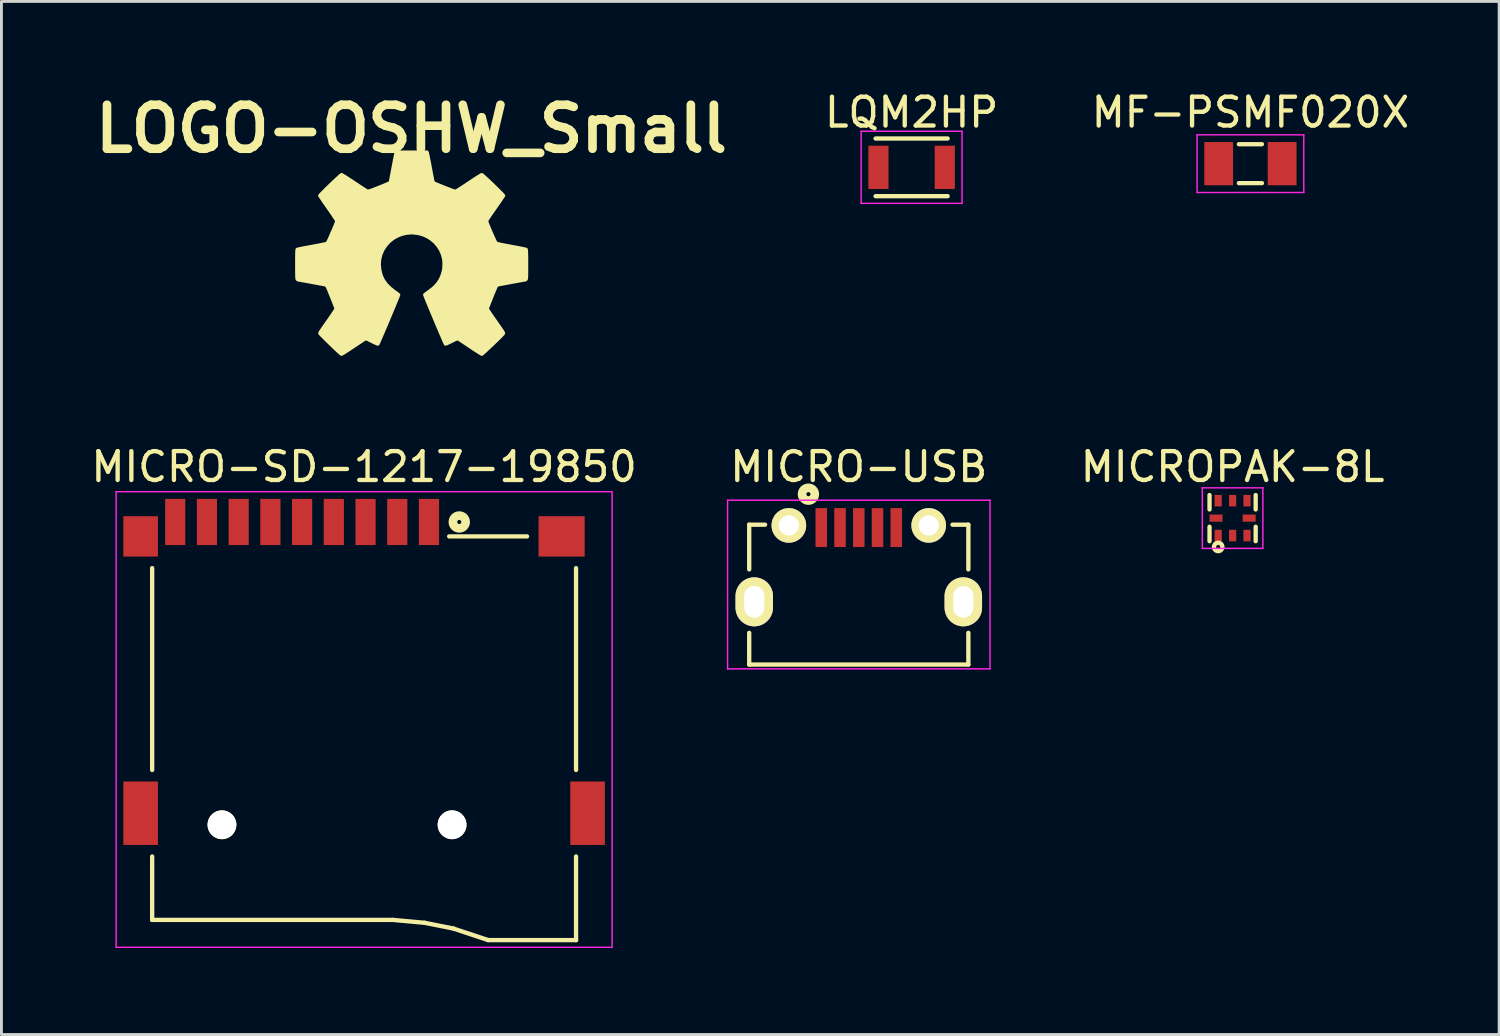
<source format=kicad_pcb>
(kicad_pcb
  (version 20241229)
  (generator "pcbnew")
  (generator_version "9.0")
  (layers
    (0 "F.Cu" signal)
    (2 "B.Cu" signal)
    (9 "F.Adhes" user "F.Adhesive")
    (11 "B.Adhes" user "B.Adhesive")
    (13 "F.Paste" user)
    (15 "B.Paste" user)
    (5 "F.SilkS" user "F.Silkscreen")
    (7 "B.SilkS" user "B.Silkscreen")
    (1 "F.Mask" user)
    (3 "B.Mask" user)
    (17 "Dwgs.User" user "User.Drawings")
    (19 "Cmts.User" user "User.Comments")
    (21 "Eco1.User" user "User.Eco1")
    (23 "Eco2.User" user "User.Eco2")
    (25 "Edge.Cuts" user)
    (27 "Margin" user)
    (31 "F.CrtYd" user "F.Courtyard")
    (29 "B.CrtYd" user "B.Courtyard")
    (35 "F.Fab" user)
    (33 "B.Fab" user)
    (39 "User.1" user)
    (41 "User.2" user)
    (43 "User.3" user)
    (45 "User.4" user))
  (footprint "LQM2HP"
    (layer "F.Cu")
    (at 28.564 2.753)
    (property "Reference" "LQM2HP" (at 0 -1.905 0) (layer "F.SilkS") (effects (font (size 1 1) (thickness 0.15))))
    (attr through_hole)
    (fp_line (start -1.25 -1) (end 1.25 -1) (stroke (width 0.15) (type solid)) (layer "F.SilkS"))
    (fp_line (start -1.25 1) (end 1.25 1) (stroke (width 0.15) (type solid)) (layer "F.SilkS"))
    (fp_line (start -1.75 -1.25) (end -1.75 1.25) (stroke (width 0.05) (type solid)) (layer "F.CrtYd"))
    (fp_line (start 1.75 -1.25) (end -1.75 -1.25) (stroke (width 0.05) (type solid)) (layer "F.CrtYd"))
    (fp_line (start 1.75 -1.25) (end 1.75 1.25) (stroke (width 0.05) (type solid)) (layer "F.CrtYd"))
    (fp_line (start 1.75 1.25) (end -1.75 1.25) (stroke (width 0.05) (type solid)) (layer "F.CrtYd"))
    (pad "1" smd rect (at -1.15 0) (size 0.7 1.5) (layers "F.Cu" "F.Mask" "F.Paste"))
    (pad "2" smd rect (at 1.15 0) (size 0.7 1.5) (layers "F.Cu" "F.Mask" "F.Paste")))
  (footprint "LOGO-OSHW_Small"
    (layer "F.Cu")
    (at 11.22 5.736)
    (property "Reference" "LOGO-OSHW_Small" (at 0 -4.318 0) (layer "F.SilkS") (effects (font (size 1.524 1.524) (thickness 0.3))))
    (attr through_hole)
    (fp_poly (pts (xy 3.999 0.378) (xy 3.999 0.509) (xy 3.999 0.616) (xy 3.998 0.701) (xy 3.997 0.768) (xy 3.995 0.818) (xy 3.992 0.854) (xy 3.989 0.879) (xy 3.985 0.895) (xy 3.979 0.904) (xy 3.978 0.905) (xy 3.958 0.922) (xy 3.949 0.926) (xy 3.933 0.928) (xy 3.894 0.935) (xy 3.835 0.945) (xy 3.762 0.959) (xy 3.677 0.974) (xy 3.584 0.991) (xy 3.487 1.009) (xy 3.39 1.027) (xy 3.296 1.044) (xy 3.21 1.06) (xy 3.134 1.075) (xy 3.073 1.086) (xy 3.031 1.095) (xy 3.011 1.099) (xy 2.968 1.118) (xy 2.941 1.154) (xy 2.941 1.154) (xy 2.926 1.189) (xy 2.904 1.24) (xy 2.876 1.306) (xy 2.845 1.382) (xy 2.811 1.465) (xy 2.776 1.551) (xy 2.743 1.635) (xy 2.711 1.715) (xy 2.683 1.787) (xy 2.66 1.847) (xy 2.644 1.891) (xy 2.635 1.916) (xy 2.635 1.919) (xy 2.642 1.935) (xy 2.663 1.969) (xy 2.696 2.021) (xy 2.739 2.086) (xy 2.791 2.162) (xy 2.849 2.246) (xy 2.903 2.323) (xy 2.979 2.432) (xy 3.041 2.521) (xy 3.091 2.592) (xy 3.129 2.648) (xy 3.157 2.691) (xy 3.177 2.722) (xy 3.189 2.745) (xy 3.195 2.76) (xy 3.197 2.771) (xy 3.195 2.779) (xy 3.191 2.787) (xy 3.19 2.788) (xy 3.175 2.806) (xy 3.144 2.84) (xy 3.1 2.886) (xy 3.044 2.941) (xy 2.979 3.005) (xy 2.909 3.073) (xy 2.836 3.144) (xy 2.761 3.215) (xy 2.689 3.283) (xy 2.621 3.347) (xy 2.56 3.403) (xy 2.509 3.449) (xy 2.47 3.483) (xy 2.446 3.502) (xy 2.44 3.506) (xy 2.423 3.498) (xy 2.387 3.478) (xy 2.334 3.445) (xy 2.268 3.403) (xy 2.19 3.353) (xy 2.104 3.296) (xy 2.035 3.25) (xy 1.944 3.189) (xy 1.859 3.132) (xy 1.782 3.081) (xy 1.717 3.038) (xy 1.667 3.005) (xy 1.634 2.984) (xy 1.622 2.977) (xy 1.609 2.972) (xy 1.592 2.971) (xy 1.57 2.977) (xy 1.537 2.99) (xy 1.489 3.012) (xy 1.424 3.044) (xy 1.388 3.062) (xy 1.307 3.102) (xy 1.243 3.131) (xy 1.199 3.148) (xy 1.176 3.153) (xy 1.173 3.152) (xy 1.165 3.137) (xy 1.148 3.1) (xy 1.123 3.044) (xy 1.091 2.971) (xy 1.053 2.882) (xy 1.01 2.782) (xy 0.963 2.672) (xy 0.913 2.554) (xy 0.861 2.431) (xy 0.808 2.306) (xy 0.756 2.18) (xy 0.704 2.057) (xy 0.654 1.938) (xy 0.608 1.826) (xy 0.566 1.723) (xy 0.528 1.633) (xy 0.497 1.556) (xy 0.473 1.496) (xy 0.458 1.455) (xy 0.451 1.436) (xy 0.451 1.434) (xy 0.464 1.421) (xy 0.494 1.397) (xy 0.537 1.365) (xy 0.585 1.331) (xy 0.721 1.229) (xy 0.832 1.126) (xy 0.922 1.019) (xy 0.995 0.903) (xy 1.052 0.774) (xy 1.096 0.635) (xy 1.111 0.556) (xy 1.12 0.461) (xy 1.122 0.36) (xy 1.118 0.264) (xy 1.108 0.185) (xy 1.064 0.023) (xy 0.996 -0.127) (xy 0.908 -0.263) (xy 0.801 -0.385) (xy 0.677 -0.49) (xy 0.539 -0.576) (xy 0.389 -0.641) (xy 0.228 -0.685) (xy 0.059 -0.705) (xy 0.007 -0.707) (xy -0.165 -0.694) (xy -0.33 -0.656) (xy -0.486 -0.596) (xy -0.63 -0.514) (xy -0.76 -0.411) (xy -0.873 -0.29) (xy -0.968 -0.151) (xy -0.996 -0.099) (xy -1.061 0.057) (xy -1.099 0.218) (xy -1.111 0.385) (xy -1.097 0.554) (xy -1.057 0.726) (xy -1.027 0.81) (xy -0.965 0.935) (xy -0.877 1.058) (xy -0.764 1.177) (xy -0.627 1.291) (xy -0.572 1.331) (xy -0.521 1.367) (xy -0.478 1.399) (xy -0.449 1.423) (xy -0.438 1.434) (xy -0.442 1.448) (xy -0.455 1.485) (xy -0.477 1.54) (xy -0.507 1.613) (xy -0.543 1.701) (xy -0.584 1.801) (xy -0.629 1.911) (xy -0.678 2.028) (xy -0.73 2.151) (xy -0.782 2.276) (xy -0.835 2.402) (xy -0.887 2.525) (xy -0.938 2.644) (xy -0.986 2.757) (xy -1.03 2.86) (xy -1.069 2.951) (xy -1.103 3.028) (xy -1.129 3.088) (xy -1.149 3.13) (xy -1.159 3.15) (xy -1.16 3.152) (xy -1.177 3.151) (xy -1.215 3.137) (xy -1.274 3.111) (xy -1.351 3.074) (xy -1.374 3.062) (xy -1.449 3.025) (xy -1.504 2.998) (xy -1.543 2.981) (xy -1.57 2.973) (xy -1.588 2.971) (xy -1.603 2.974) (xy -1.609 2.977) (xy -1.628 2.989) (xy -1.666 3.013) (xy -1.72 3.049) (xy -1.788 3.094) (xy -1.868 3.147) (xy -1.955 3.205) (xy -2.022 3.25) (xy -2.112 3.31) (xy -2.196 3.366) (xy -2.272 3.414) (xy -2.335 3.454) (xy -2.384 3.484) (xy -2.416 3.502) (xy -2.426 3.506) (xy -2.442 3.497) (xy -2.474 3.47) (xy -2.522 3.429) (xy -2.582 3.373) (xy -2.654 3.306) (xy -2.735 3.229) (xy -2.807 3.158) (xy -2.888 3.079) (xy -2.964 3.005) (xy -3.031 2.938) (xy -3.088 2.88) (xy -3.133 2.835) (xy -3.163 2.803) (xy -3.176 2.788) (xy -3.176 2.788) (xy -3.181 2.78) (xy -3.183 2.772) (xy -3.182 2.762) (xy -3.177 2.748) (xy -3.166 2.727) (xy -3.147 2.697) (xy -3.12 2.656) (xy -3.084 2.602) (xy -3.036 2.533) (xy -2.976 2.447) (xy -2.902 2.342) (xy -2.889 2.323) (xy -2.827 2.234) (xy -2.769 2.15) (xy -2.719 2.075) (xy -2.677 2.012) (xy -2.646 1.963) (xy -2.627 1.931) (xy -2.621 1.919) (xy -2.626 1.903) (xy -2.639 1.866) (xy -2.66 1.811) (xy -2.686 1.744) (xy -2.717 1.666) (xy -2.75 1.583) (xy -2.784 1.497) (xy -2.819 1.413) (xy -2.851 1.334) (xy -2.88 1.264) (xy -2.905 1.206) (xy -2.923 1.165) (xy -2.928 1.154) (xy -2.955 1.118) (xy -2.997 1.099) (xy -2.997 1.099) (xy -3.019 1.094) (xy -3.063 1.086) (xy -3.125 1.074) (xy -3.202 1.059) (xy -3.289 1.043) (xy -3.383 1.026) (xy -3.48 1.008) (xy -3.577 0.99) (xy -3.669 0.973) (xy -3.754 0.958) (xy -3.826 0.945) (xy -3.883 0.935) (xy -3.921 0.928) (xy -3.936 0.926) (xy -3.95 0.918) (xy -3.964 0.905) (xy -3.97 0.897) (xy -3.974 0.883) (xy -3.978 0.861) (xy -3.981 0.828) (xy -3.983 0.781) (xy -3.984 0.719) (xy -3.985 0.638) (xy -3.985 0.537) (xy -3.986 0.412) (xy -3.986 0.378) (xy -3.985 0.243) (xy -3.985 0.132) (xy -3.984 0.044) (xy -3.982 -0.025) (xy -3.98 -0.076) (xy -3.977 -0.111) (xy -3.973 -0.132) (xy -3.969 -0.143) (xy -3.968 -0.143) (xy -3.951 -0.149) (xy -3.911 -0.159) (xy -3.85 -0.172) (xy -3.772 -0.188) (xy -3.679 -0.206) (xy -3.576 -0.225) (xy -3.471 -0.244) (xy -3.359 -0.265) (xy -3.254 -0.285) (xy -3.16 -0.303) (xy -3.079 -0.32) (xy -3.015 -0.333) (xy -2.971 -0.343) (xy -2.951 -0.349) (xy -2.939 -0.356) (xy -2.926 -0.368) (xy -2.913 -0.386) (xy -2.896 -0.414) (xy -2.876 -0.455) (xy -2.85 -0.51) (xy -2.817 -0.584) (xy -2.776 -0.677) (xy -2.751 -0.736) (xy -2.704 -0.843) (xy -2.668 -0.929) (xy -2.641 -0.996) (xy -2.621 -1.047) (xy -2.609 -1.084) (xy -2.603 -1.11) (xy -2.601 -1.128) (xy -2.604 -1.138) (xy -2.614 -1.156) (xy -2.638 -1.193) (xy -2.674 -1.247) (xy -2.719 -1.315) (xy -2.773 -1.393) (xy -2.834 -1.481) (xy -2.899 -1.574) (xy -2.902 -1.579) (xy -2.967 -1.672) (xy -3.027 -1.758) (xy -3.079 -1.835) (xy -3.123 -1.9) (xy -3.157 -1.951) (xy -3.18 -1.986) (xy -3.188 -2.002) (xy -3.189 -2.002) (xy -3.179 -2.016) (xy -3.153 -2.046) (xy -3.112 -2.089) (xy -3.059 -2.143) (xy -2.997 -2.206) (xy -2.928 -2.274) (xy -2.855 -2.345) (xy -2.78 -2.417) (xy -2.706 -2.488) (xy -2.635 -2.554) (xy -2.571 -2.614) (xy -2.515 -2.665) (xy -2.471 -2.704) (xy -2.44 -2.73) (xy -2.425 -2.738) (xy -2.408 -2.731) (xy -2.372 -2.71) (xy -2.318 -2.678) (xy -2.25 -2.635) (xy -2.171 -2.583) (xy -2.082 -2.525) (xy -1.987 -2.462) (xy -1.972 -2.452) (xy -1.876 -2.388) (xy -1.786 -2.328) (xy -1.705 -2.275) (xy -1.635 -2.23) (xy -1.578 -2.194) (xy -1.539 -2.17) (xy -1.518 -2.16) (xy -1.517 -2.16) (xy -1.496 -2.163) (xy -1.452 -2.176) (xy -1.388 -2.197) (xy -1.308 -2.227) (xy -1.212 -2.264) (xy -1.166 -2.283) (xy -1.052 -2.328) (xy -0.961 -2.365) (xy -0.889 -2.395) (xy -0.835 -2.419) (xy -0.796 -2.437) (xy -0.769 -2.451) (xy -0.753 -2.463) (xy -0.743 -2.473) (xy -0.738 -2.483) (xy -0.738 -2.484) (xy -0.734 -2.502) (xy -0.726 -2.543) (xy -0.714 -2.603) (xy -0.699 -2.681) (xy -0.682 -2.773) (xy -0.662 -2.875) (xy -0.642 -2.983) (xy -0.621 -3.093) (xy -0.602 -3.196) (xy -0.583 -3.288) (xy -0.568 -3.367) (xy -0.555 -3.428) (xy -0.545 -3.47) (xy -0.54 -3.489) (xy -0.527 -3.519) (xy 0.007 -3.519) (xy 0.541 -3.519) (xy 0.554 -3.489) (xy 0.559 -3.47) (xy 0.569 -3.427) (xy 0.582 -3.365) (xy 0.597 -3.286) (xy 0.616 -3.194) (xy 0.635 -3.091) (xy 0.656 -2.983) (xy 0.676 -2.874) (xy 0.695 -2.772) (xy 0.713 -2.68) (xy 0.728 -2.603) (xy 0.74 -2.542) (xy 0.748 -2.501) (xy 0.752 -2.484) (xy 0.767 -2.463) (xy 0.798 -2.441) (xy 0.808 -2.436) (xy 0.845 -2.419) (xy 0.899 -2.396) (xy 0.967 -2.368) (xy 1.044 -2.337) (xy 1.126 -2.304) (xy 1.21 -2.271) (xy 1.292 -2.239) (xy 1.367 -2.211) (xy 1.431 -2.187) (xy 1.481 -2.169) (xy 1.513 -2.158) (xy 1.521 -2.157) (xy 1.538 -2.164) (xy 1.574 -2.185) (xy 1.627 -2.217) (xy 1.695 -2.26) (xy 1.774 -2.312) (xy 1.863 -2.37) (xy 1.959 -2.434) (xy 1.979 -2.448) (xy 2.076 -2.512) (xy 2.166 -2.572) (xy 2.248 -2.625) (xy 2.319 -2.67) (xy 2.376 -2.705) (xy 2.416 -2.728) (xy 2.437 -2.738) (xy 2.439 -2.738) (xy 2.454 -2.729) (xy 2.485 -2.704) (xy 2.529 -2.664) (xy 2.585 -2.613) (xy 2.65 -2.553) (xy 2.72 -2.487) (xy 2.794 -2.416) (xy 2.869 -2.344) (xy 2.942 -2.273) (xy 3.011 -2.205) (xy 3.073 -2.143) (xy 3.126 -2.089) (xy 3.167 -2.046) (xy 3.193 -2.016) (xy 3.202 -2.002) (xy 3.195 -1.988) (xy 3.174 -1.955) (xy 3.14 -1.905) (xy 3.097 -1.841) (xy 3.045 -1.765) (xy 2.986 -1.68) (xy 2.922 -1.588) (xy 2.916 -1.579) (xy 2.851 -1.486) (xy 2.79 -1.398) (xy 2.736 -1.319) (xy 2.689 -1.25) (xy 2.653 -1.196) (xy 2.628 -1.157) (xy 2.617 -1.138) (xy 2.617 -1.138) (xy 2.615 -1.125) (xy 2.617 -1.106) (xy 2.624 -1.078) (xy 2.638 -1.039) (xy 2.658 -0.985) (xy 2.687 -0.915) (xy 2.725 -0.826) (xy 2.764 -0.736) (xy 2.81 -0.631) (xy 2.847 -0.547) (xy 2.876 -0.482) (xy 2.9 -0.434) (xy 2.918 -0.4) (xy 2.933 -0.376) (xy 2.946 -0.362) (xy 2.958 -0.353) (xy 2.965 -0.349) (xy 2.988 -0.343) (xy 3.033 -0.332) (xy 3.099 -0.318) (xy 3.182 -0.302) (xy 3.277 -0.283) (xy 3.383 -0.263) (xy 3.485 -0.244) (xy 3.596 -0.224) (xy 3.698 -0.205) (xy 3.79 -0.187) (xy 3.867 -0.171) (xy 3.927 -0.158) (xy 3.966 -0.149) (xy 3.982 -0.143) (xy 3.986 -0.134) (xy 3.99 -0.114) (xy 3.993 -0.081) (xy 3.995 -0.033) (xy 3.997 0.033) (xy 3.998 0.119) (xy 3.999 0.226) (xy 3.999 0.358) (xy 3.999 0.378)) (stroke (width 0.1) (type solid)) (fill yes) (layer "F.SilkS")))
  (footprint "MICRO-USB"
    (layer "F.Cu")
    (at 26.732 16.696)
    (property "Reference" "MICRO-USB" (at 0 -3.556 0) (layer "F.SilkS") (effects (font (size 1 1) (thickness 0.15))))
    (attr through_hole)
    (fp_line (start -3.8 -1.55) (end -3.25 -1.55) (stroke (width 0.15) (type solid)) (layer "F.SilkS"))
    (fp_line (start -3.8 0) (end -3.8 -1.55) (stroke (width 0.15) (type solid)) (layer "F.SilkS"))
    (fp_line (start -3.8 3.3) (end -3.8 2.2) (stroke (width 0.15) (type solid)) (layer "F.SilkS"))
    (fp_line (start -3.8 3.3) (end 3.8 3.3) (stroke (width 0.15) (type solid)) (layer "F.SilkS"))
    (fp_line (start 3.8 -1.55) (end 3.25 -1.55) (stroke (width 0.15) (type solid)) (layer "F.SilkS"))
    (fp_line (start 3.8 0) (end 3.8 -1.55) (stroke (width 0.15) (type solid)) (layer "F.SilkS"))
    (fp_line (start 3.8 2.2) (end 3.8 3.3) (stroke (width 0.15) (type solid)) (layer "F.SilkS"))
    (fp_circle (center -1.746 -2.608) (end -1.796 -2.658) (stroke (width 0.3) (type solid)) (fill no) (layer "F.SilkS"))
    (fp_line (start -4.55 -2.4) (end -4.55 3.45) (stroke (width 0.05) (type solid)) (layer "F.CrtYd"))
    (fp_line (start -4.55 3.45) (end 4.55 3.45) (stroke (width 0.05) (type solid)) (layer "F.CrtYd"))
    (fp_line (start 4.55 -2.4) (end -4.55 -2.4) (stroke (width 0.05) (type solid)) (layer "F.CrtYd"))
    (fp_line (start 4.55 3.45) (end 4.55 -2.4) (stroke (width 0.05) (type solid)) (layer "F.CrtYd"))
    (pad "1" smd rect (at -1.3 -1.45) (size 0.4 1.35) (layers "F.Cu" "F.Mask" "F.Paste"))
    (pad "2" smd rect (at -0.65 -1.45) (size 0.4 1.35) (layers "F.Cu" "F.Mask" "F.Paste"))
    (pad "3" smd rect (at 0 -1.45) (size 0.4 1.35) (layers "F.Cu" "F.Mask" "F.Paste"))
    (pad "4" smd rect (at 0.65 -1.45) (size 0.4 1.35) (layers "F.Cu" "F.Mask" "F.Paste"))
    (pad "5" smd rect (at 1.3 -1.45) (size 0.4 1.35) (layers "F.Cu" "F.Mask" "F.Paste"))
    (pad "6" thru_hole circle (at -2.425 -1.525) (size 1.2 1.2) (drill 0.7) (layers "*.Cu" "*.Mask" "F.SilkS"))
    (pad "7" thru_hole circle (at 2.425 -1.525) (size 1.2 1.2) (drill 0.7) (layers "*.Cu" "*.Mask" "F.SilkS"))
    (pad "8" thru_hole oval (at -3.625 1.125) (size 1.3 1.7) (drill oval 0.7 1.1) (layers "*.Cu" "*.Mask" "F.SilkS"))
    (pad "9" thru_hole oval (at 3.625 1.125) (size 1.3 1.7) (drill oval 0.7 1.1) (layers "*.Cu" "*.Mask" "F.SilkS")))
  (footprint "MICROPAK-8L"
    (layer "F.Cu")
    (at 39.696 14.918)
    (property "Reference" "MICROPAK-8L" (at 0 -1.778 0) (layer "F.SilkS") (effects (font (size 1 1) (thickness 0.15))))
    (attr through_hole)
    (fp_line (start -0.8 -0.8) (end -0.8 -0.3) (stroke (width 0.15) (type solid)) (layer "F.SilkS"))
    (fp_line (start -0.8 0.3) (end -0.8 0.8) (stroke (width 0.15) (type solid)) (layer "F.SilkS"))
    (fp_line (start 0.8 -0.8) (end 0.8 -0.3) (stroke (width 0.15) (type solid)) (layer "F.SilkS"))
    (fp_line (start 0.8 0.3) (end 0.8 0.8) (stroke (width 0.15) (type solid)) (layer "F.SilkS"))
    (fp_circle (center -0.5 1) (end -0.55 1.05) (stroke (width 0.15) (type solid)) (fill no) (layer "F.SilkS"))
    (fp_line (start -1.05 -1.05) (end -1.05 1.05) (stroke (width 0.05) (type solid)) (layer "F.CrtYd"))
    (fp_line (start -1.05 1.05) (end 1.05 1.05) (stroke (width 0.05) (type solid)) (layer "F.CrtYd"))
    (fp_line (start 1.05 -1.05) (end -1.05 -1.05) (stroke (width 0.05) (type solid)) (layer "F.CrtYd"))
    (fp_line (start 1.05 1.05) (end 1.05 -1.05) (stroke (width 0.05) (type solid)) (layer "F.CrtYd"))
    (pad "1" smd rect (at -0.5 0.605) (size 0.25 0.4) (layers "F.Cu" "F.Mask" "F.Paste"))
    (pad "2" smd rect (at 0 0.605) (size 0.25 0.4) (layers "F.Cu" "F.Mask" "F.Paste"))
    (pad "3" smd rect (at 0.5 0.605) (size 0.25 0.4) (layers "F.Cu" "F.Mask" "F.Paste"))
    (pad "4" smd rect (at 0.575 0 90) (size 0.25 0.45) (layers "F.Cu" "F.Mask" "F.Paste"))
    (pad "5" smd rect (at 0.5 -0.605) (size 0.25 0.4) (layers "F.Cu" "F.Mask" "F.Paste"))
    (pad "6" smd rect (at 0 -0.605) (size 0.25 0.4) (layers "F.Cu" "F.Mask" "F.Paste"))
    (pad "7" smd rect (at -0.5 -0.605) (size 0.25 0.4) (layers "F.Cu" "F.Mask" "F.Paste"))
    (pad "8" smd rect (at -0.575 0 90) (size 0.25 0.45) (layers "F.Cu" "F.Mask" "F.Paste")))
  (footprint "MF-PSMF020X"
    (layer "F.Cu")
    (at 40.314 2.626)
    (property "Reference" "MF-PSMF020X" (at 0 -1.778 0) (layer "F.SilkS") (effects (font (size 1 1) (thickness 0.15))))
    (attr through_hole)
    (fp_line (start -0.4 -0.675) (end 0.4 -0.675) (stroke (width 0.15) (type solid)) (layer "F.SilkS"))
    (fp_line (start -0.4 0.675) (end 0.4 0.675) (stroke (width 0.15) (type solid)) (layer "F.SilkS"))
    (fp_line (start -1.85 -1) (end 1.85 -1) (stroke (width 0.05) (type solid)) (layer "F.CrtYd"))
    (fp_line (start -1.85 1) (end -1.85 -1) (stroke (width 0.05) (type solid)) (layer "F.CrtYd"))
    (fp_line (start 1.85 -1) (end 1.85 1) (stroke (width 0.05) (type solid)) (layer "F.CrtYd"))
    (fp_line (start 1.85 1) (end -1.85 1) (stroke (width 0.05) (type solid)) (layer "F.CrtYd"))
    (pad "1" smd rect (at -1.1 0) (size 1 1.5) (layers "F.Cu" "F.Mask" "F.Paste"))
    (pad "2" smd rect (at 1.1 0) (size 1 1.5) (layers "F.Cu" "F.Mask" "F.Paste")))
  (footprint "MICRO-SD-1217-19850"
    (layer "F.Cu")
    (at 9.577 20.252)
    (property "Reference" "MICRO-SD-1217-19850" (at 0 -7.112 0) (layer "F.SilkS") (effects (font (size 1 1) (thickness 0.15))))
    (attr through_hole)
    (fp_line (start -7.35 -3.6) (end -7.35 3.4) (stroke (width 0.15) (type solid)) (layer "F.SilkS"))
    (fp_line (start -7.35 6.4) (end -7.35 8.6) (stroke (width 0.15) (type solid)) (layer "F.SilkS"))
    (fp_line (start -7.35 8.6) (end 1 8.6) (stroke (width 0.15) (type solid)) (layer "F.SilkS"))
    (fp_line (start 1 8.6) (end 2.1 8.7) (stroke (width 0.15) (type solid)) (layer "F.SilkS"))
    (fp_line (start 2.1 8.7) (end 3.1 8.9) (stroke (width 0.15) (type solid)) (layer "F.SilkS"))
    (fp_line (start 2.95 -4.7) (end 5.65 -4.7) (stroke (width 0.15) (type solid)) (layer "F.SilkS"))
    (fp_line (start 3.1 8.9) (end 4.3 9.3) (stroke (width 0.15) (type solid)) (layer "F.SilkS"))
    (fp_line (start 7.35 -3.6) (end 7.35 3.4) (stroke (width 0.15) (type solid)) (layer "F.SilkS"))
    (fp_line (start 7.35 6.4) (end 7.35 9.3) (stroke (width 0.15) (type solid)) (layer "F.SilkS"))
    (fp_line (start 7.35 9.3) (end 4.3 9.3) (stroke (width 0.15) (type solid)) (layer "F.SilkS"))
    (fp_circle (center 3.3 -5.2) (end 3.35 -5.25) (stroke (width 0.3) (type solid)) (fill no) (layer "F.SilkS"))
    (fp_line (start -8.6 -6.25) (end -8.6 9.55) (stroke (width 0.05) (type solid)) (layer "F.CrtYd"))
    (fp_line (start -8.6 9.55) (end 8.6 9.55) (stroke (width 0.05) (type solid)) (layer "F.CrtYd"))
    (fp_line (start 8.6 -6.25) (end -8.6 -6.25) (stroke (width 0.05) (type solid)) (layer "F.CrtYd"))
    (fp_line (start 8.6 9.55) (end 8.6 -6.25) (stroke (width 0.05) (type solid)) (layer "F.CrtYd"))
    (pad "" np_thru_hole circle (at -4.93 5.3) (size 1 1) (drill 1) (layers "*.Cu" "*.Mask" "F.SilkS"))
    (pad "" np_thru_hole circle (at 3.05 5.3) (size 1 1) (drill 1) (layers "*.Cu" "*.Mask" "F.SilkS"))
    (pad "1" smd rect (at 2.25 -5.2) (size 0.7 1.6) (layers "F.Cu" "F.Mask" "F.Paste"))
    (pad "2" smd rect (at 1.15 -5.2) (size 0.7 1.6) (layers "F.Cu" "F.Mask" "F.Paste"))
    (pad "3" smd rect (at 0.05 -5.2) (size 0.7 1.6) (layers "F.Cu" "F.Mask" "F.Paste"))
    (pad "4" smd rect (at -1.05 -5.2) (size 0.7 1.6) (layers "F.Cu" "F.Mask" "F.Paste"))
    (pad "5" smd rect (at -2.15 -5.2) (size 0.7 1.6) (layers "F.Cu" "F.Mask" "F.Paste"))
    (pad "6" smd rect (at -3.25 -5.2) (size 0.7 1.6) (layers "F.Cu" "F.Mask" "F.Paste"))
    (pad "7" smd rect (at -4.35 -5.2) (size 0.7 1.6) (layers "F.Cu" "F.Mask" "F.Paste"))
    (pad "8" smd rect (at -5.45 -5.2) (size 0.7 1.6) (layers "F.Cu" "F.Mask" "F.Paste"))
    (pad "9" smd rect (at -6.55 -5.2) (size 0.7 1.6) (layers "F.Cu" "F.Mask" "F.Paste"))
    (pad "10" smd rect (at -7.75 -4.7) (size 1.2 1.4) (layers "F.Cu" "F.Mask" "F.Paste"))
    (pad "11" smd rect (at -7.75 4.9) (size 1.2 2.2) (layers "F.Cu" "F.Mask" "F.Paste"))
    (pad "12" smd rect (at 7.75 4.9) (size 1.2 2.2) (layers "F.Cu" "F.Mask" "F.Paste"))
    (pad "13" smd rect (at 6.85 -4.7) (size 1.6 1.4) (layers "F.Cu" "F.Mask" "F.Paste")))
  (gr_rect
    (start -3 -3)
    (end 48.939 32.827)
    (stroke (width 0.1) (type default))
    (fill no)
    (layer "Edge.Cuts")))
</source>
